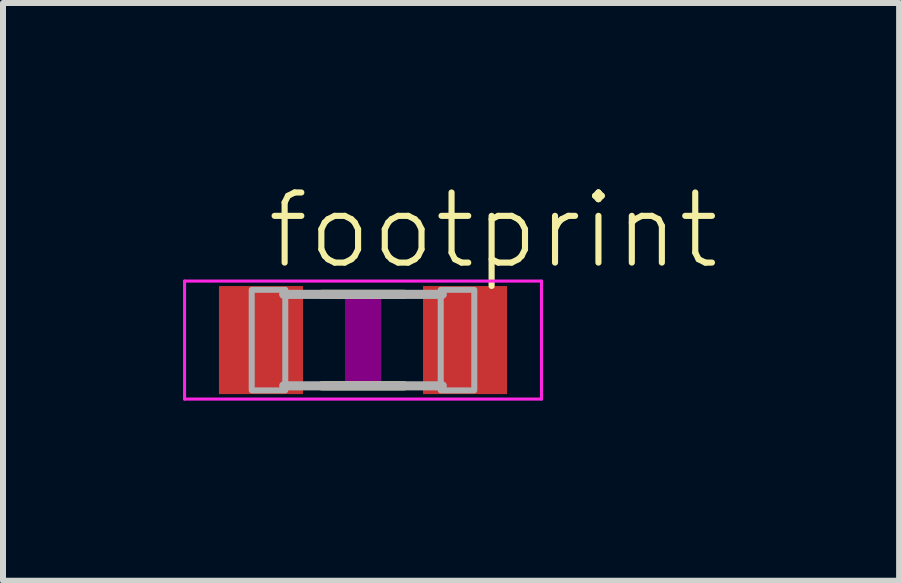
<source format=kicad_pcb>
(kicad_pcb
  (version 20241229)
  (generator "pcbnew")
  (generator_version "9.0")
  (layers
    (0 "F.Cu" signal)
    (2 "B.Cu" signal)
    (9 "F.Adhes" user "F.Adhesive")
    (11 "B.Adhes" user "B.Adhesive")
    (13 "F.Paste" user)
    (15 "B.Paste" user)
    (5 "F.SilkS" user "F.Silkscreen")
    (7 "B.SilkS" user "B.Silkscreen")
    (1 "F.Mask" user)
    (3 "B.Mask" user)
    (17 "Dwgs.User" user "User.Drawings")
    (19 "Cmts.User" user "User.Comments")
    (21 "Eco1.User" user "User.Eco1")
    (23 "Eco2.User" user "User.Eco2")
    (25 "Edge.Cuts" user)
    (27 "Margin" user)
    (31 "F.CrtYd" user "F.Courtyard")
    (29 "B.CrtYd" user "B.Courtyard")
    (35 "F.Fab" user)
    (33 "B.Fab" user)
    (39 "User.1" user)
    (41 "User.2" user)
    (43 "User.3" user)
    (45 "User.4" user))
  (footprint "footprint"
    (layer "F.Cu")
    (at 2.998 2.616)
    (property "Reference" "footprint" (at -1.651 -1.143 0) (layer "F.SilkS") (effects (font (size 1.168 1.168) (thickness 0.102)) (justify left bottom)))
    (fp_line (start 0.686 -0.762) (end -0.686 -0.762) (stroke (width 0.152) (type solid)) (layer "F.SilkS"))
    (fp_line (start 0.686 0.762) (end -0.686 0.762) (stroke (width 0.152) (type solid)) (layer "F.SilkS"))
    (fp_poly (pts (xy -0.3 0.7) (xy 0.3 0.7) (xy 0.3 -0.7) (xy -0.3 -0.7)) (stroke (width 0) (type solid)) (fill yes) (layer "F.Adhes"))
    (fp_line (start -2.973 -0.983) (end 2.973 -0.983) (stroke (width 0.051) (type solid)) (layer "F.CrtYd"))
    (fp_line (start -2.973 0.983) (end -2.973 -0.983) (stroke (width 0.051) (type solid)) (layer "F.CrtYd"))
    (fp_line (start 2.973 -0.983) (end 2.973 0.983) (stroke (width 0.051) (type solid)) (layer "F.CrtYd"))
    (fp_line (start 2.973 0.983) (end -2.973 0.983) (stroke (width 0.051) (type solid)) (layer "F.CrtYd"))
    (fp_line (start 1.321 -0.762) (end -1.321 -0.762) (stroke (width 0.152) (type solid)) (layer "F.Fab"))
    (fp_line (start 1.321 0.762) (end -1.321 0.762) (stroke (width 0.152) (type solid)) (layer "F.Fab"))
    (fp_poly (pts (xy -1.854 0.838) (xy -1.295 0.838) (xy -1.295 -0.838) (xy -1.854 -0.838)) (stroke (width 0.1) (type solid)) (fill no) (layer "F.Fab"))
    (fp_poly (pts (xy 1.295 0.838) (xy 1.854 0.838) (xy 1.854 -0.838) (xy 1.295 -0.838)) (stroke (width 0.1) (type solid)) (fill no) (layer "F.Fab"))
    (pad "1" smd rect (at -1.7 0) (size 1.4 1.8) (layers "F.Cu" "F.Mask" "F.Paste"))
    (pad "2" smd rect (at 1.7 0) (size 1.4 1.8) (layers "F.Cu" "F.Mask" "F.Paste")))
  (gr_rect
    (start -3 -3)
    (end 11.93 6.625)
    (stroke (width 0.1) (type default))
    (fill no)
    (layer "Edge.Cuts")))
</source>
